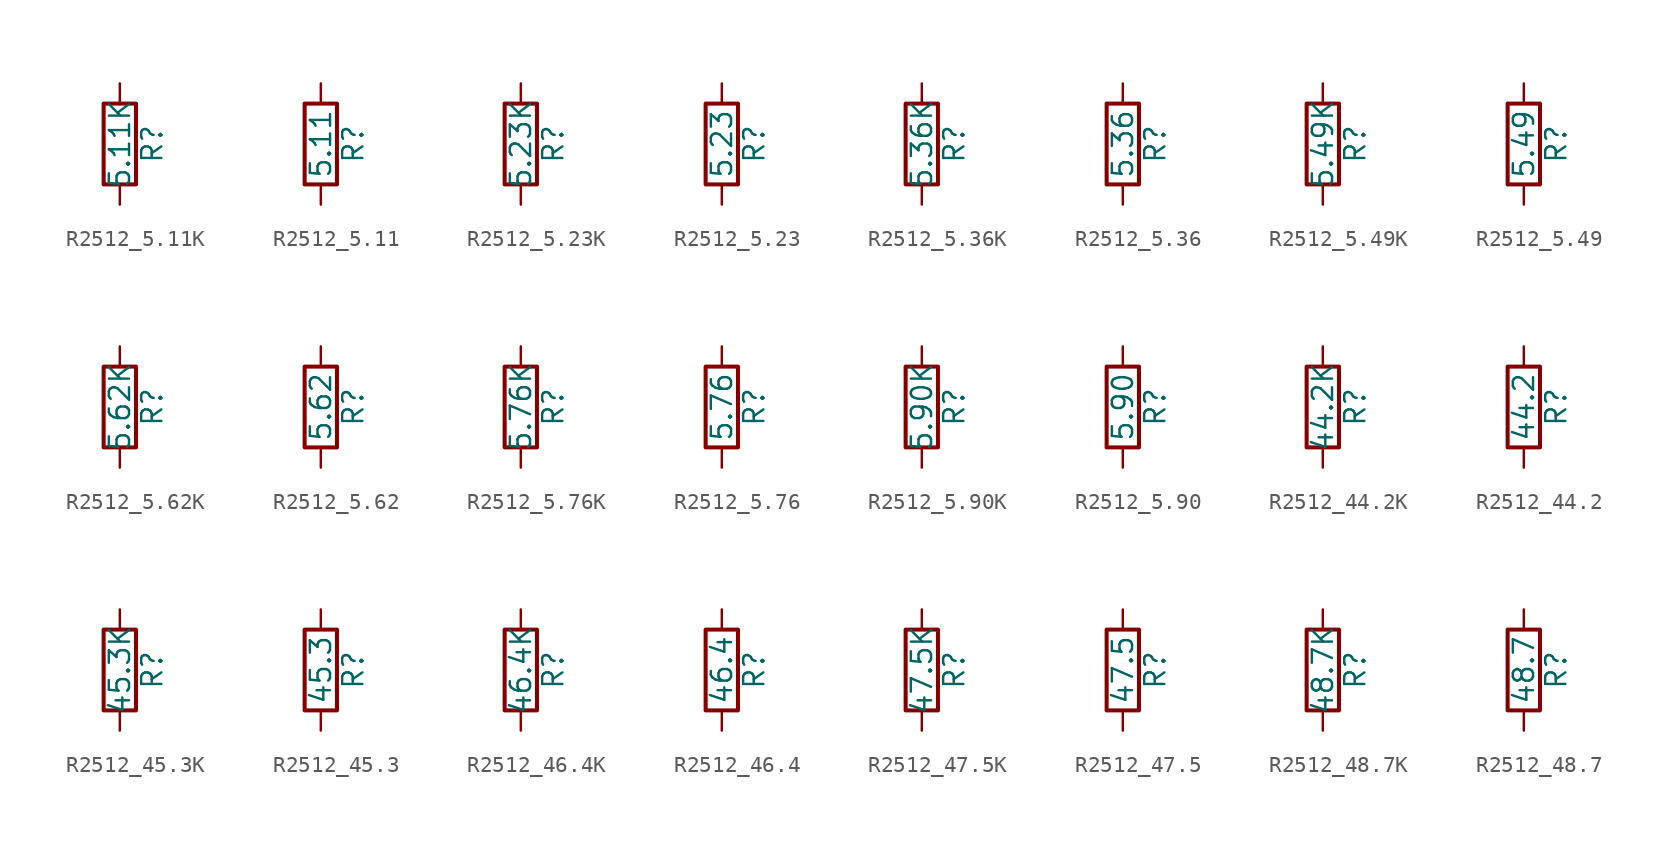
<source format=kicad_sym>
(kicad_symbol_lib
  (version 20211014)
  (generator atlantix-eda)
  (symbol "R2512_5.11K"
    (pin_numbers hide)
    (pin_names
      (offset 0))
    (property "Reference" "R"
      (at 2.032 0 90)
      (effects (font (size 1.27 1.27))))
    (property "Value" "5.11K"
      (at 0 0 90)
      (effects (font (size 1.27 1.27))))
    (symbol "R2512_5.11K_0_1"
      (rectangle (start -1.016 -2.54) (end 1.016 2.54) (stroke (width 0.254) (type default) (color 0 0 0 0)) (fill (type none))))
    (symbol "R2512_5.11K_1_1"
      (pin passive line (at 0 3.81 270) (length 1.27) (name "~" (effects (font (size 1.27 1.27)))) (number "1" (effects (font (size 1.27 1.27)))))
      (pin passive line (at 0 -3.81 90) (length 1.27) (name "~" (effects (font (size 1.27 1.27)))) (number "2" (effects (font (size 1.27 1.27)))))))
  (symbol "R2512_5.11"
    (pin_numbers hide)
    (pin_names
      (offset 0))
    (property "Reference" "R"
      (at 2.032 0 90)
      (effects (font (size 1.27 1.27))))
    (property "Value" "5.11"
      (at 0 0 90)
      (effects (font (size 1.27 1.27))))
    (symbol "R2512_5.11_0_1"
      (rectangle (start -1.016 -2.54) (end 1.016 2.54) (stroke (width 0.254) (type default) (color 0 0 0 0)) (fill (type none))))
    (symbol "R2512_5.11_1_1"
      (pin passive line (at 0 3.81 270) (length 1.27) (name "~" (effects (font (size 1.27 1.27)))) (number "1" (effects (font (size 1.27 1.27)))))
      (pin passive line (at 0 -3.81 90) (length 1.27) (name "~" (effects (font (size 1.27 1.27)))) (number "2" (effects (font (size 1.27 1.27)))))))
  (symbol "R2512_5.23K"
    (pin_numbers hide)
    (pin_names
      (offset 0))
    (property "Reference" "R"
      (at 2.032 0 90)
      (effects (font (size 1.27 1.27))))
    (property "Value" "5.23K"
      (at 0 0 90)
      (effects (font (size 1.27 1.27))))
    (symbol "R2512_5.23K_0_1"
      (rectangle (start -1.016 -2.54) (end 1.016 2.54) (stroke (width 0.254) (type default) (color 0 0 0 0)) (fill (type none))))
    (symbol "R2512_5.23K_1_1"
      (pin passive line (at 0 3.81 270) (length 1.27) (name "~" (effects (font (size 1.27 1.27)))) (number "1" (effects (font (size 1.27 1.27)))))
      (pin passive line (at 0 -3.81 90) (length 1.27) (name "~" (effects (font (size 1.27 1.27)))) (number "2" (effects (font (size 1.27 1.27)))))))
  (symbol "R2512_5.23"
    (pin_numbers hide)
    (pin_names
      (offset 0))
    (property "Reference" "R"
      (at 2.032 0 90)
      (effects (font (size 1.27 1.27))))
    (property "Value" "5.23"
      (at 0 0 90)
      (effects (font (size 1.27 1.27))))
    (symbol "R2512_5.23_0_1"
      (rectangle (start -1.016 -2.54) (end 1.016 2.54) (stroke (width 0.254) (type default) (color 0 0 0 0)) (fill (type none))))
    (symbol "R2512_5.23_1_1"
      (pin passive line (at 0 3.81 270) (length 1.27) (name "~" (effects (font (size 1.27 1.27)))) (number "1" (effects (font (size 1.27 1.27)))))
      (pin passive line (at 0 -3.81 90) (length 1.27) (name "~" (effects (font (size 1.27 1.27)))) (number "2" (effects (font (size 1.27 1.27)))))))
  (symbol "R2512_5.36K"
    (pin_numbers hide)
    (pin_names
      (offset 0))
    (property "Reference" "R"
      (at 2.032 0 90)
      (effects (font (size 1.27 1.27))))
    (property "Value" "5.36K"
      (at 0 0 90)
      (effects (font (size 1.27 1.27))))
    (symbol "R2512_5.36K_0_1"
      (rectangle (start -1.016 -2.54) (end 1.016 2.54) (stroke (width 0.254) (type default) (color 0 0 0 0)) (fill (type none))))
    (symbol "R2512_5.36K_1_1"
      (pin passive line (at 0 3.81 270) (length 1.27) (name "~" (effects (font (size 1.27 1.27)))) (number "1" (effects (font (size 1.27 1.27)))))
      (pin passive line (at 0 -3.81 90) (length 1.27) (name "~" (effects (font (size 1.27 1.27)))) (number "2" (effects (font (size 1.27 1.27)))))))
  (symbol "R2512_5.36"
    (pin_numbers hide)
    (pin_names
      (offset 0))
    (property "Reference" "R"
      (at 2.032 0 90)
      (effects (font (size 1.27 1.27))))
    (property "Value" "5.36"
      (at 0 0 90)
      (effects (font (size 1.27 1.27))))
    (symbol "R2512_5.36_0_1"
      (rectangle (start -1.016 -2.54) (end 1.016 2.54) (stroke (width 0.254) (type default) (color 0 0 0 0)) (fill (type none))))
    (symbol "R2512_5.36_1_1"
      (pin passive line (at 0 3.81 270) (length 1.27) (name "~" (effects (font (size 1.27 1.27)))) (number "1" (effects (font (size 1.27 1.27)))))
      (pin passive line (at 0 -3.81 90) (length 1.27) (name "~" (effects (font (size 1.27 1.27)))) (number "2" (effects (font (size 1.27 1.27)))))))
  (symbol "R2512_5.49K"
    (pin_numbers hide)
    (pin_names
      (offset 0))
    (property "Reference" "R"
      (at 2.032 0 90)
      (effects (font (size 1.27 1.27))))
    (property "Value" "5.49K"
      (at 0 0 90)
      (effects (font (size 1.27 1.27))))
    (symbol "R2512_5.49K_0_1"
      (rectangle (start -1.016 -2.54) (end 1.016 2.54) (stroke (width 0.254) (type default) (color 0 0 0 0)) (fill (type none))))
    (symbol "R2512_5.49K_1_1"
      (pin passive line (at 0 3.81 270) (length 1.27) (name "~" (effects (font (size 1.27 1.27)))) (number "1" (effects (font (size 1.27 1.27)))))
      (pin passive line (at 0 -3.81 90) (length 1.27) (name "~" (effects (font (size 1.27 1.27)))) (number "2" (effects (font (size 1.27 1.27)))))))
  (symbol "R2512_5.49"
    (pin_numbers hide)
    (pin_names
      (offset 0))
    (property "Reference" "R"
      (at 2.032 0 90)
      (effects (font (size 1.27 1.27))))
    (property "Value" "5.49"
      (at 0 0 90)
      (effects (font (size 1.27 1.27))))
    (symbol "R2512_5.49_0_1"
      (rectangle (start -1.016 -2.54) (end 1.016 2.54) (stroke (width 0.254) (type default) (color 0 0 0 0)) (fill (type none))))
    (symbol "R2512_5.49_1_1"
      (pin passive line (at 0 3.81 270) (length 1.27) (name "~" (effects (font (size 1.27 1.27)))) (number "1" (effects (font (size 1.27 1.27)))))
      (pin passive line (at 0 -3.81 90) (length 1.27) (name "~" (effects (font (size 1.27 1.27)))) (number "2" (effects (font (size 1.27 1.27)))))))
  (symbol "R2512_5.62K"
    (pin_numbers hide)
    (pin_names
      (offset 0))
    (property "Reference" "R"
      (at 2.032 0 90)
      (effects (font (size 1.27 1.27))))
    (property "Value" "5.62K"
      (at 0 0 90)
      (effects (font (size 1.27 1.27))))
    (symbol "R2512_5.62K_0_1"
      (rectangle (start -1.016 -2.54) (end 1.016 2.54) (stroke (width 0.254) (type default) (color 0 0 0 0)) (fill (type none))))
    (symbol "R2512_5.62K_1_1"
      (pin passive line (at 0 3.81 270) (length 1.27) (name "~" (effects (font (size 1.27 1.27)))) (number "1" (effects (font (size 1.27 1.27)))))
      (pin passive line (at 0 -3.81 90) (length 1.27) (name "~" (effects (font (size 1.27 1.27)))) (number "2" (effects (font (size 1.27 1.27)))))))
  (symbol "R2512_5.62"
    (pin_numbers hide)
    (pin_names
      (offset 0))
    (property "Reference" "R"
      (at 2.032 0 90)
      (effects (font (size 1.27 1.27))))
    (property "Value" "5.62"
      (at 0 0 90)
      (effects (font (size 1.27 1.27))))
    (symbol "R2512_5.62_0_1"
      (rectangle (start -1.016 -2.54) (end 1.016 2.54) (stroke (width 0.254) (type default) (color 0 0 0 0)) (fill (type none))))
    (symbol "R2512_5.62_1_1"
      (pin passive line (at 0 3.81 270) (length 1.27) (name "~" (effects (font (size 1.27 1.27)))) (number "1" (effects (font (size 1.27 1.27)))))
      (pin passive line (at 0 -3.81 90) (length 1.27) (name "~" (effects (font (size 1.27 1.27)))) (number "2" (effects (font (size 1.27 1.27)))))))
  (symbol "R2512_5.76K"
    (pin_numbers hide)
    (pin_names
      (offset 0))
    (property "Reference" "R"
      (at 2.032 0 90)
      (effects (font (size 1.27 1.27))))
    (property "Value" "5.76K"
      (at 0 0 90)
      (effects (font (size 1.27 1.27))))
    (symbol "R2512_5.76K_0_1"
      (rectangle (start -1.016 -2.54) (end 1.016 2.54) (stroke (width 0.254) (type default) (color 0 0 0 0)) (fill (type none))))
    (symbol "R2512_5.76K_1_1"
      (pin passive line (at 0 3.81 270) (length 1.27) (name "~" (effects (font (size 1.27 1.27)))) (number "1" (effects (font (size 1.27 1.27)))))
      (pin passive line (at 0 -3.81 90) (length 1.27) (name "~" (effects (font (size 1.27 1.27)))) (number "2" (effects (font (size 1.27 1.27)))))))
  (symbol "R2512_5.76"
    (pin_numbers hide)
    (pin_names
      (offset 0))
    (property "Reference" "R"
      (at 2.032 0 90)
      (effects (font (size 1.27 1.27))))
    (property "Value" "5.76"
      (at 0 0 90)
      (effects (font (size 1.27 1.27))))
    (symbol "R2512_5.76_0_1"
      (rectangle (start -1.016 -2.54) (end 1.016 2.54) (stroke (width 0.254) (type default) (color 0 0 0 0)) (fill (type none))))
    (symbol "R2512_5.76_1_1"
      (pin passive line (at 0 3.81 270) (length 1.27) (name "~" (effects (font (size 1.27 1.27)))) (number "1" (effects (font (size 1.27 1.27)))))
      (pin passive line (at 0 -3.81 90) (length 1.27) (name "~" (effects (font (size 1.27 1.27)))) (number "2" (effects (font (size 1.27 1.27)))))))
  (symbol "R2512_5.90K"
    (pin_numbers hide)
    (pin_names
      (offset 0))
    (property "Reference" "R"
      (at 2.032 0 90)
      (effects (font (size 1.27 1.27))))
    (property "Value" "5.90K"
      (at 0 0 90)
      (effects (font (size 1.27 1.27))))
    (symbol "R2512_5.90K_0_1"
      (rectangle (start -1.016 -2.54) (end 1.016 2.54) (stroke (width 0.254) (type default) (color 0 0 0 0)) (fill (type none))))
    (symbol "R2512_5.90K_1_1"
      (pin passive line (at 0 3.81 270) (length 1.27) (name "~" (effects (font (size 1.27 1.27)))) (number "1" (effects (font (size 1.27 1.27)))))
      (pin passive line (at 0 -3.81 90) (length 1.27) (name "~" (effects (font (size 1.27 1.27)))) (number "2" (effects (font (size 1.27 1.27)))))))
  (symbol "R2512_5.90"
    (pin_numbers hide)
    (pin_names
      (offset 0))
    (property "Reference" "R"
      (at 2.032 0 90)
      (effects (font (size 1.27 1.27))))
    (property "Value" "5.90"
      (at 0 0 90)
      (effects (font (size 1.27 1.27))))
    (symbol "R2512_5.90_0_1"
      (rectangle (start -1.016 -2.54) (end 1.016 2.54) (stroke (width 0.254) (type default) (color 0 0 0 0)) (fill (type none))))
    (symbol "R2512_5.90_1_1"
      (pin passive line (at 0 3.81 270) (length 1.27) (name "~" (effects (font (size 1.27 1.27)))) (number "1" (effects (font (size 1.27 1.27)))))
      (pin passive line (at 0 -3.81 90) (length 1.27) (name "~" (effects (font (size 1.27 1.27)))) (number "2" (effects (font (size 1.27 1.27)))))))
  (symbol "R2512_44.2K"
    (pin_numbers hide)
    (pin_names
      (offset 0))
    (property "Reference" "R"
      (at 2.032 0 90)
      (effects (font (size 1.27 1.27))))
    (property "Value" "44.2K"
      (at 0 0 90)
      (effects (font (size 1.27 1.27))))
    (symbol "R2512_44.2K_0_1"
      (rectangle (start -1.016 -2.54) (end 1.016 2.54) (stroke (width 0.254) (type default) (color 0 0 0 0)) (fill (type none))))
    (symbol "R2512_44.2K_1_1"
      (pin passive line (at 0 3.81 270) (length 1.27) (name "~" (effects (font (size 1.27 1.27)))) (number "1" (effects (font (size 1.27 1.27)))))
      (pin passive line (at 0 -3.81 90) (length 1.27) (name "~" (effects (font (size 1.27 1.27)))) (number "2" (effects (font (size 1.27 1.27)))))))
  (symbol "R2512_44.2"
    (pin_numbers hide)
    (pin_names
      (offset 0))
    (property "Reference" "R"
      (at 2.032 0 90)
      (effects (font (size 1.27 1.27))))
    (property "Value" "44.2"
      (at 0 0 90)
      (effects (font (size 1.27 1.27))))
    (symbol "R2512_44.2_0_1"
      (rectangle (start -1.016 -2.54) (end 1.016 2.54) (stroke (width 0.254) (type default) (color 0 0 0 0)) (fill (type none))))
    (symbol "R2512_44.2_1_1"
      (pin passive line (at 0 3.81 270) (length 1.27) (name "~" (effects (font (size 1.27 1.27)))) (number "1" (effects (font (size 1.27 1.27)))))
      (pin passive line (at 0 -3.81 90) (length 1.27) (name "~" (effects (font (size 1.27 1.27)))) (number "2" (effects (font (size 1.27 1.27)))))))
  (symbol "R2512_45.3K"
    (pin_numbers hide)
    (pin_names
      (offset 0))
    (property "Reference" "R"
      (at 2.032 0 90)
      (effects (font (size 1.27 1.27))))
    (property "Value" "45.3K"
      (at 0 0 90)
      (effects (font (size 1.27 1.27))))
    (symbol "R2512_45.3K_0_1"
      (rectangle (start -1.016 -2.54) (end 1.016 2.54) (stroke (width 0.254) (type default) (color 0 0 0 0)) (fill (type none))))
    (symbol "R2512_45.3K_1_1"
      (pin passive line (at 0 3.81 270) (length 1.27) (name "~" (effects (font (size 1.27 1.27)))) (number "1" (effects (font (size 1.27 1.27)))))
      (pin passive line (at 0 -3.81 90) (length 1.27) (name "~" (effects (font (size 1.27 1.27)))) (number "2" (effects (font (size 1.27 1.27)))))))
  (symbol "R2512_45.3"
    (pin_numbers hide)
    (pin_names
      (offset 0))
    (property "Reference" "R"
      (at 2.032 0 90)
      (effects (font (size 1.27 1.27))))
    (property "Value" "45.3"
      (at 0 0 90)
      (effects (font (size 1.27 1.27))))
    (symbol "R2512_45.3_0_1"
      (rectangle (start -1.016 -2.54) (end 1.016 2.54) (stroke (width 0.254) (type default) (color 0 0 0 0)) (fill (type none))))
    (symbol "R2512_45.3_1_1"
      (pin passive line (at 0 3.81 270) (length 1.27) (name "~" (effects (font (size 1.27 1.27)))) (number "1" (effects (font (size 1.27 1.27)))))
      (pin passive line (at 0 -3.81 90) (length 1.27) (name "~" (effects (font (size 1.27 1.27)))) (number "2" (effects (font (size 1.27 1.27)))))))
  (symbol "R2512_46.4K"
    (pin_numbers hide)
    (pin_names
      (offset 0))
    (property "Reference" "R"
      (at 2.032 0 90)
      (effects (font (size 1.27 1.27))))
    (property "Value" "46.4K"
      (at 0 0 90)
      (effects (font (size 1.27 1.27))))
    (symbol "R2512_46.4K_0_1"
      (rectangle (start -1.016 -2.54) (end 1.016 2.54) (stroke (width 0.254) (type default) (color 0 0 0 0)) (fill (type none))))
    (symbol "R2512_46.4K_1_1"
      (pin passive line (at 0 3.81 270) (length 1.27) (name "~" (effects (font (size 1.27 1.27)))) (number "1" (effects (font (size 1.27 1.27)))))
      (pin passive line (at 0 -3.81 90) (length 1.27) (name "~" (effects (font (size 1.27 1.27)))) (number "2" (effects (font (size 1.27 1.27)))))))
  (symbol "R2512_46.4"
    (pin_numbers hide)
    (pin_names
      (offset 0))
    (property "Reference" "R"
      (at 2.032 0 90)
      (effects (font (size 1.27 1.27))))
    (property "Value" "46.4"
      (at 0 0 90)
      (effects (font (size 1.27 1.27))))
    (symbol "R2512_46.4_0_1"
      (rectangle (start -1.016 -2.54) (end 1.016 2.54) (stroke (width 0.254) (type default) (color 0 0 0 0)) (fill (type none))))
    (symbol "R2512_46.4_1_1"
      (pin passive line (at 0 3.81 270) (length 1.27) (name "~" (effects (font (size 1.27 1.27)))) (number "1" (effects (font (size 1.27 1.27)))))
      (pin passive line (at 0 -3.81 90) (length 1.27) (name "~" (effects (font (size 1.27 1.27)))) (number "2" (effects (font (size 1.27 1.27)))))))
  (symbol "R2512_47.5K"
    (pin_numbers hide)
    (pin_names
      (offset 0))
    (property "Reference" "R"
      (at 2.032 0 90)
      (effects (font (size 1.27 1.27))))
    (property "Value" "47.5K"
      (at 0 0 90)
      (effects (font (size 1.27 1.27))))
    (symbol "R2512_47.5K_0_1"
      (rectangle (start -1.016 -2.54) (end 1.016 2.54) (stroke (width 0.254) (type default) (color 0 0 0 0)) (fill (type none))))
    (symbol "R2512_47.5K_1_1"
      (pin passive line (at 0 3.81 270) (length 1.27) (name "~" (effects (font (size 1.27 1.27)))) (number "1" (effects (font (size 1.27 1.27)))))
      (pin passive line (at 0 -3.81 90) (length 1.27) (name "~" (effects (font (size 1.27 1.27)))) (number "2" (effects (font (size 1.27 1.27)))))))
  (symbol "R2512_47.5"
    (pin_numbers hide)
    (pin_names
      (offset 0))
    (property "Reference" "R"
      (at 2.032 0 90)
      (effects (font (size 1.27 1.27))))
    (property "Value" "47.5"
      (at 0 0 90)
      (effects (font (size 1.27 1.27))))
    (symbol "R2512_47.5_0_1"
      (rectangle (start -1.016 -2.54) (end 1.016 2.54) (stroke (width 0.254) (type default) (color 0 0 0 0)) (fill (type none))))
    (symbol "R2512_47.5_1_1"
      (pin passive line (at 0 3.81 270) (length 1.27) (name "~" (effects (font (size 1.27 1.27)))) (number "1" (effects (font (size 1.27 1.27)))))
      (pin passive line (at 0 -3.81 90) (length 1.27) (name "~" (effects (font (size 1.27 1.27)))) (number "2" (effects (font (size 1.27 1.27)))))))
  (symbol "R2512_48.7K"
    (pin_numbers hide)
    (pin_names
      (offset 0))
    (property "Reference" "R"
      (at 2.032 0 90)
      (effects (font (size 1.27 1.27))))
    (property "Value" "48.7K"
      (at 0 0 90)
      (effects (font (size 1.27 1.27))))
    (symbol "R2512_48.7K_0_1"
      (rectangle (start -1.016 -2.54) (end 1.016 2.54) (stroke (width 0.254) (type default) (color 0 0 0 0)) (fill (type none))))
    (symbol "R2512_48.7K_1_1"
      (pin passive line (at 0 3.81 270) (length 1.27) (name "~" (effects (font (size 1.27 1.27)))) (number "1" (effects (font (size 1.27 1.27)))))
      (pin passive line (at 0 -3.81 90) (length 1.27) (name "~" (effects (font (size 1.27 1.27)))) (number "2" (effects (font (size 1.27 1.27)))))))
  (symbol "R2512_48.7"
    (pin_numbers hide)
    (pin_names
      (offset 0))
    (property "Reference" "R"
      (at 2.032 0 90)
      (effects (font (size 1.27 1.27))))
    (property "Value" "48.7"
      (at 0 0 90)
      (effects (font (size 1.27 1.27))))
    (symbol "R2512_48.7_0_1"
      (rectangle (start -1.016 -2.54) (end 1.016 2.54) (stroke (width 0.254) (type default) (color 0 0 0 0)) (fill (type none))))
    (symbol "R2512_48.7_1_1"
      (pin passive line (at 0 3.81 270) (length 1.27) (name "~" (effects (font (size 1.27 1.27)))) (number "1" (effects (font (size 1.27 1.27)))))
      (pin passive line (at 0 -3.81 90) (length 1.27) (name "~" (effects (font (size 1.27 1.27)))) (number "2" (effects (font (size 1.27 1.27))))))))
</source>
